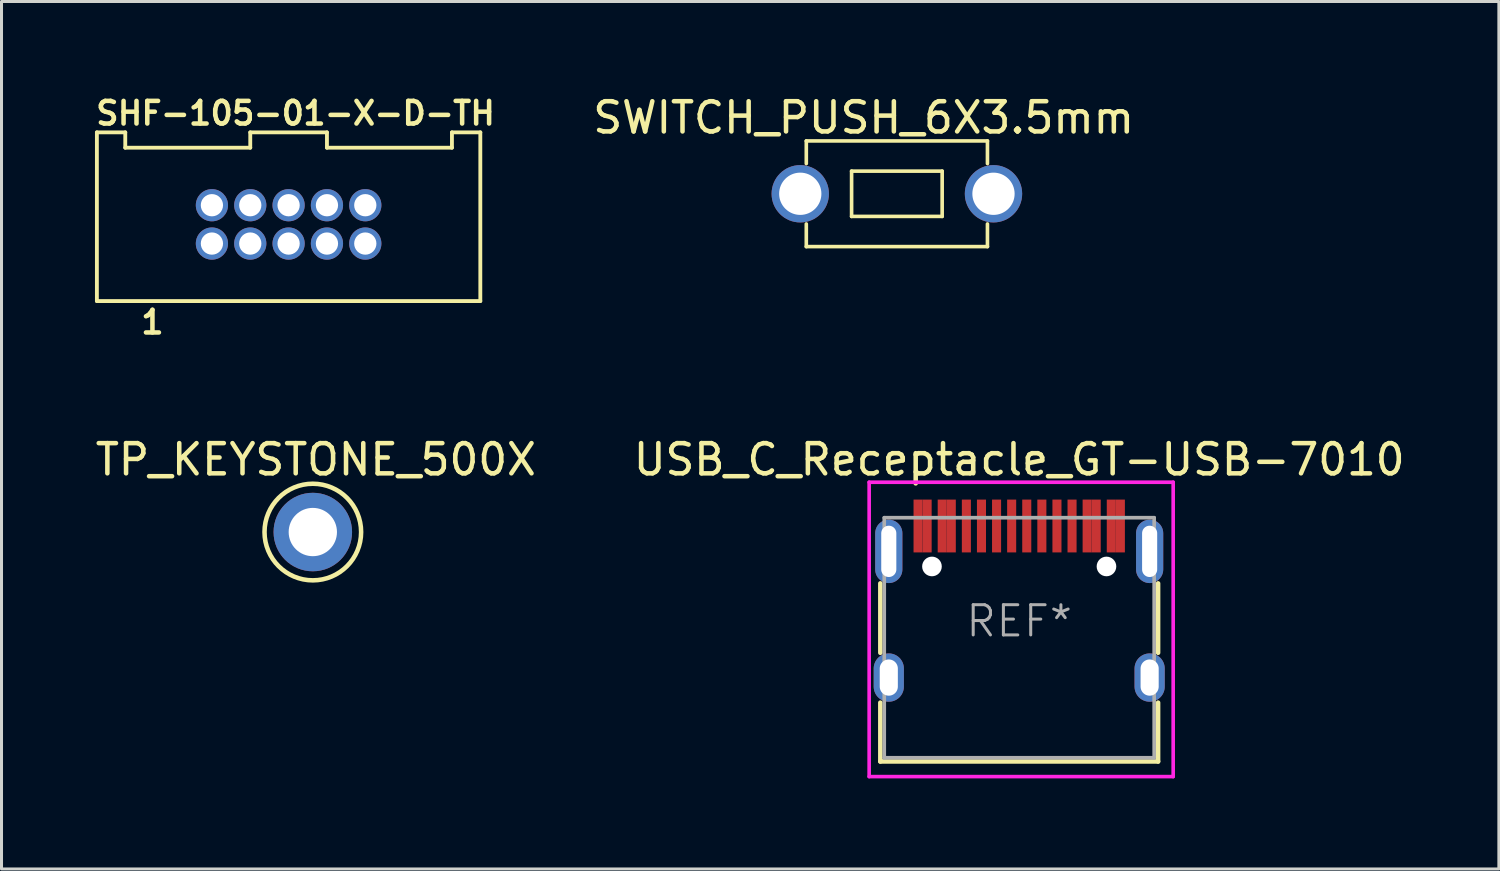
<source format=kicad_pcb>
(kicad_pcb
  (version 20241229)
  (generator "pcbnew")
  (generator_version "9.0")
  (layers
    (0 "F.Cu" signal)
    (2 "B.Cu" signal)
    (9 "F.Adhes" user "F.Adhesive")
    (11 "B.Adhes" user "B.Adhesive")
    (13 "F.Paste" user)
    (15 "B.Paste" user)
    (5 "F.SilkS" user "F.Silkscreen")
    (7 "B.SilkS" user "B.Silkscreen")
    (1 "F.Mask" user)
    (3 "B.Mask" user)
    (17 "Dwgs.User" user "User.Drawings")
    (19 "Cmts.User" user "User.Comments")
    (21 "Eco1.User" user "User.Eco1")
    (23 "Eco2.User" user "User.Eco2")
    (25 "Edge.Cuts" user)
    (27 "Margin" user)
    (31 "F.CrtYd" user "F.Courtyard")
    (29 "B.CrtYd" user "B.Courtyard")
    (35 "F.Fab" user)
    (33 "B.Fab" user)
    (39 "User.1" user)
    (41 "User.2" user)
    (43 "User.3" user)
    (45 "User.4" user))
  (footprint "TP_KEYSTONE_500X"
    (layer "F.Cu")
    (at 7.311 14.572)
    (property "Reference" "TP_KEYSTONE_500X" (at 0.1 -2.4 0) (layer "F.SilkS") (effects (font (size 1 1) (thickness 0.15))))
    (attr through_hole)
    (fp_circle (center 0 0) (end 1.6 0) (stroke (width 0.15) (type solid)) (fill no) (layer "F.SilkS"))
    (pad "1" thru_hole circle (at 0 0) (size 2.6 2.6) (drill 1.6) (layers "*.Cu" "*.Mask")))
  (footprint "SWITCH_PUSH_6X3.5mm"
    (layer "F.Cu")
    (at 26.656 3.368)
    (property "Reference" "SWITCH_PUSH_6X3.5mm" (at -1.1 -2.52 0) (layer "F.SilkS") (effects (font (size 1 1) (thickness 0.15))))
    (attr through_hole)
    (fp_line (start -3 -1.75) (end 3 -1.75) (stroke (width 0.12) (type solid)) (layer "F.SilkS"))
    (fp_line (start -3 -1) (end -3 -1.75) (stroke (width 0.12) (type solid)) (layer "F.SilkS"))
    (fp_line (start -3 1) (end -3 1.75) (stroke (width 0.12) (type solid)) (layer "F.SilkS"))
    (fp_line (start -3 1.75) (end 3 1.75) (stroke (width 0.12) (type solid)) (layer "F.SilkS"))
    (fp_line (start -1.5 -0.75) (end -1.5 0.75) (stroke (width 0.12) (type solid)) (layer "F.SilkS"))
    (fp_line (start 1.5 -0.75) (end -1.5 -0.75) (stroke (width 0.12) (type solid)) (layer "F.SilkS"))
    (fp_line (start 1.5 -0.75) (end 1.5 0.75) (stroke (width 0.12) (type solid)) (layer "F.SilkS"))
    (fp_line (start 1.5 0.75) (end -1.5 0.75) (stroke (width 0.12) (type solid)) (layer "F.SilkS"))
    (fp_line (start 3 -1) (end 3 -1.75) (stroke (width 0.12) (type solid)) (layer "F.SilkS"))
    (fp_line (start 3 1) (end 3 1.75) (stroke (width 0.12) (type solid)) (layer "F.SilkS"))
    (pad "1" thru_hole circle (at -3.2 0) (size 1.9 1.9) (drill 1.4) (layers "*.Cu" "*.Mask"))
    (pad "2" thru_hole circle (at 3.2 0) (size 1.9 1.9) (drill 1.4) (layers "*.Cu" "*.Mask")))
  (footprint "SHF-105-01-X-D-TH"
    (layer "F.Cu")
    (at 6.509 4.382)
    (property "Reference" "SHF-105-01-X-D-TH" (at 0.23 -3.68 0) (layer "F.SilkS") (effects (font (size 0.75 0.75) (thickness 0.15))))
    (attr through_hole)
    (fp_line (start -6.35 -3.048) (end -5.41 -3.048) (stroke (width 0.127) (type solid)) (layer "F.SilkS"))
    (fp_line (start -6.35 2.54) (end -6.35 -3.048) (stroke (width 0.127) (type solid)) (layer "F.SilkS"))
    (fp_line (start -5.41 -3.048) (end -5.41 -2.54) (stroke (width 0.127) (type solid)) (layer "F.SilkS"))
    (fp_line (start -5.41 -2.54) (end -1.27 -2.54) (stroke (width 0.127) (type solid)) (layer "F.SilkS"))
    (fp_line (start -1.27 -3.048) (end 1.27 -3.048) (stroke (width 0.127) (type solid)) (layer "F.SilkS"))
    (fp_line (start -1.27 -2.54) (end -1.27 -3.048) (stroke (width 0.127) (type solid)) (layer "F.SilkS"))
    (fp_line (start 1.27 -3.048) (end 1.27 -2.54) (stroke (width 0.127) (type solid)) (layer "F.SilkS"))
    (fp_line (start 1.27 -2.54) (end 5.41 -2.54) (stroke (width 0.127) (type solid)) (layer "F.SilkS"))
    (fp_line (start 5.41 -3.048) (end 6.35 -3.048) (stroke (width 0.127) (type solid)) (layer "F.SilkS"))
    (fp_line (start 5.41 -2.54) (end 5.41 -3.048) (stroke (width 0.127) (type solid)) (layer "F.SilkS"))
    (fp_line (start 6.35 -3.048) (end 6.35 2.54) (stroke (width 0.127) (type solid)) (layer "F.SilkS"))
    (fp_line (start 6.35 2.54) (end -6.35 2.54) (stroke (width 0.127) (type solid)) (layer "F.SilkS"))
    (fp_text user "1" (at -4.51 3.24 0) (layer "F.SilkS") (effects (font (size 0.75 0.75) (thickness 0.15))))
    (pad "1" thru_hole circle (at -2.54 0.635) (size 1.067 1.067) (drill 0.737) (layers "*.Cu" "*.Mask"))
    (pad "2" thru_hole circle (at -2.54 -0.635) (size 1.067 1.067) (drill 0.737) (layers "*.Cu" "*.Mask"))
    (pad "3" thru_hole circle (at -1.27 0.635) (size 1.067 1.067) (drill 0.737) (layers "*.Cu" "*.Mask"))
    (pad "4" thru_hole circle (at -1.27 -0.635) (size 1.067 1.067) (drill 0.737) (layers "*.Cu" "*.Mask"))
    (pad "5" thru_hole circle (at 0 0.635) (size 1.067 1.067) (drill 0.737) (layers "*.Cu" "*.Mask"))
    (pad "6" thru_hole circle (at 0 -0.635) (size 1.067 1.067) (drill 0.737) (layers "*.Cu" "*.Mask"))
    (pad "7" thru_hole circle (at 1.27 0.635) (size 1.067 1.067) (drill 0.737) (layers "*.Cu" "*.Mask"))
    (pad "8" thru_hole circle (at 1.27 -0.635) (size 1.067 1.067) (drill 0.737) (layers "*.Cu" "*.Mask"))
    (pad "9" thru_hole circle (at 2.54 0.635) (size 1.067 1.067) (drill 0.737) (layers "*.Cu" "*.Mask"))
    (pad "10" thru_hole circle (at 2.54 -0.635) (size 1.067 1.067) (drill 0.737) (layers "*.Cu" "*.Mask")))
  (footprint "USB_C_Receptacle_GT-USB-7010"
    (layer "F.Cu")
    (at 30.708 17.522)
    (property "Reference" "USB_C_Receptacle_GT-USB-7010" (at 0 -5.35 0) (layer "F.SilkS") (effects (font (size 1 1) (thickness 0.15))))
    (attr through_hole)
    (fp_line (start -4.6 1.05) (end -4.6 -1.25) (stroke (width 0.15) (type solid)) (layer "F.SilkS"))
    (fp_line (start -4.6 4.65) (end -4.6 2.7) (stroke (width 0.15) (type solid)) (layer "F.SilkS"))
    (fp_line (start 4.6 1.05) (end 4.6 -1.25) (stroke (width 0.15) (type solid)) (layer "F.SilkS"))
    (fp_line (start 4.6 4.65) (end -4.6 4.65) (stroke (width 0.15) (type solid)) (layer "F.SilkS"))
    (fp_line (start 4.6 4.65) (end 4.6 2.7) (stroke (width 0.15) (type solid)) (layer "F.SilkS"))
    (fp_line (start -4.97 -4.6) (end -4.97 5.15) (stroke (width 0.12) (type solid)) (layer "F.CrtYd"))
    (fp_line (start -4.97 -4.6) (end 5.1 -4.6) (stroke (width 0.12) (type solid)) (layer "F.CrtYd"))
    (fp_line (start -4.97 5.15) (end 5.1 5.15) (stroke (width 0.12) (type solid)) (layer "F.CrtYd"))
    (fp_line (start 5.1 -4.6) (end 5.1 5.15) (stroke (width 0.12) (type solid)) (layer "F.CrtYd"))
    (fp_line (start -4.47 -3.425) (end -4.47 4.525) (stroke (width 0.12) (type solid)) (layer "F.Fab"))
    (fp_line (start -4.47 -3.425) (end 4.47 -3.425) (stroke (width 0.12) (type solid)) (layer "F.Fab"))
    (fp_line (start 4.47 -3.425) (end 4.47 4.525) (stroke (width 0.12) (type solid)) (layer "F.Fab"))
    (fp_line (start 4.47 4.525) (end -4.47 4.525) (stroke (width 0.12) (type solid)) (layer "F.Fab"))
    (fp_text user "REF*" (at 0 0 0) (layer "F.Fab") (effects (font (size 1 1) (thickness 0.1))))
    (pad "" np_thru_hole circle (at -2.89 -1.81) (size 0.65 0.65) (drill 0.65) (layers "*.Cu" "*.Mask"))
    (pad "" np_thru_hole circle (at 2.89 -1.81) (size 0.65 0.65) (drill 0.65) (layers "*.Cu" "*.Mask"))
    (pad "A1" smd rect (at -3.35 -3.15) (size 0.3 1.75) (layers "F.Cu" "F.Mask" "F.Paste"))
    (pad "A4" smd rect (at -2.55 -3.15) (size 0.3 1.75) (layers "F.Cu" "F.Mask" "F.Paste"))
    (pad "A5" smd rect (at -1.25 -3.15) (size 0.3 1.75) (layers "F.Cu" "F.Mask" "F.Paste"))
    (pad "A6" smd rect (at -0.25 -3.15) (size 0.3 1.75) (layers "F.Cu" "F.Mask" "F.Paste"))
    (pad "A7" smd rect (at 0.25 -3.15) (size 0.3 1.75) (layers "F.Cu" "F.Mask" "F.Paste"))
    (pad "A8" smd rect (at 1.25 -3.15) (size 0.3 1.75) (layers "F.Cu" "F.Mask" "F.Paste"))
    (pad "A9" smd rect (at 2.55 -3.15) (size 0.3 1.75) (layers "F.Cu" "F.Mask" "F.Paste"))
    (pad "A12" smd rect (at 3.35 -3.15) (size 0.3 1.75) (layers "F.Cu" "F.Mask" "F.Paste"))
    (pad "B1" smd rect (at 3.05 -3.15) (size 0.3 1.75) (layers "F.Cu" "F.Mask" "F.Paste"))
    (pad "B4" smd rect (at 2.25 -3.15) (size 0.3 1.75) (layers "F.Cu" "F.Mask" "F.Paste"))
    (pad "B5" smd rect (at 1.75 -3.15) (size 0.3 1.75) (layers "F.Cu" "F.Mask" "F.Paste"))
    (pad "B6" smd rect (at 0.75 -3.15) (size 0.3 1.75) (layers "F.Cu" "F.Mask" "F.Paste"))
    (pad "B7" smd rect (at -0.75 -3.15) (size 0.3 1.75) (layers "F.Cu" "F.Mask" "F.Paste"))
    (pad "B8" smd rect (at -1.75 -3.15) (size 0.3 1.75) (layers "F.Cu" "F.Mask" "F.Paste"))
    (pad "B9" smd rect (at -2.25 -3.15) (size 0.3 1.75) (layers "F.Cu" "F.Mask" "F.Paste"))
    (pad "B12" smd rect (at -3.05 -3.15) (size 0.3 1.75) (layers "F.Cu" "F.Mask" "F.Paste"))
    (pad "S1" thru_hole oval (at -4.32 -2.31) (size 0.9 2.1) (drill oval 0.5 1.7) (layers "*.Cu" "*.Mask"))
    (pad "S1" thru_hole oval (at -4.32 1.87) (size 1 1.6) (drill oval 0.6 1.2) (layers "*.Cu" "*.Mask"))
    (pad "S1" thru_hole oval (at 4.32 -2.31) (size 0.9 2.1) (drill oval 0.5 1.7) (layers "*.Cu" "*.Mask"))
    (pad "S1" thru_hole oval (at 4.32 1.87) (size 1 1.6) (drill oval 0.6 1.2) (layers "*.Cu" "*.Mask")))
  (gr_rect
    (start -3 -3)
    (end 46.595 25.732)
    (stroke (width 0.1) (type default))
    (fill no)
    (layer "Edge.Cuts")))
</source>
